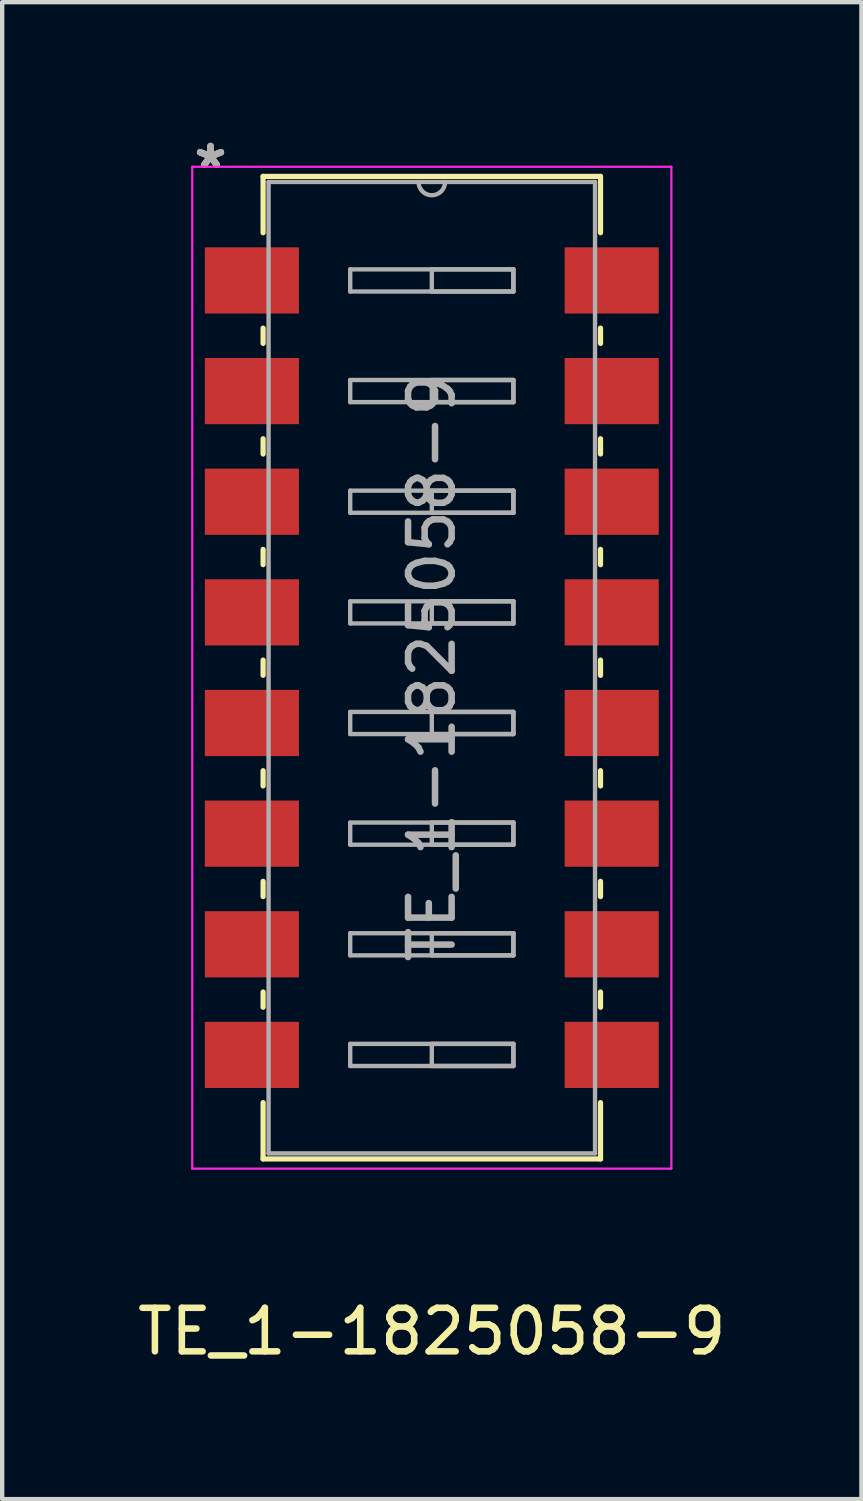
<source format=kicad_pcb>
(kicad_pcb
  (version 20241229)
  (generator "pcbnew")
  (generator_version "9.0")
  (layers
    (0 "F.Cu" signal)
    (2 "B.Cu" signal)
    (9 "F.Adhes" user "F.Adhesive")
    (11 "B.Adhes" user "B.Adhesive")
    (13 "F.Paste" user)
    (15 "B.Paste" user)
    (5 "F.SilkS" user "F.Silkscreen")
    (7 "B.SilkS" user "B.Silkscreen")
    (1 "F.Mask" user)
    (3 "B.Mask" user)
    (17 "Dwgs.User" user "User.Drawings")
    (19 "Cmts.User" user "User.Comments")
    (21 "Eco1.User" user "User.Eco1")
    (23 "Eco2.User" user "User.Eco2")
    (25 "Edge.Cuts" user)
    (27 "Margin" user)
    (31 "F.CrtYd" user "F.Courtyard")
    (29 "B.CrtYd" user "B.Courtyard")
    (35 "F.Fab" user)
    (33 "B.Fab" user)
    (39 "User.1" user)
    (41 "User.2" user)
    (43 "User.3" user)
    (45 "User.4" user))
  (footprint "TE_1-1825058-9"
    (layer "F.Cu")
    (at 6.863 12.278)
    (property "Reference" "TE_1-1825058-9" (at 0 15.24 0) (layer "F.SilkS") (effects (font (size 1 1) (thickness 0.15))))
    (attr smd)
    (fp_line (start -3.873 -11.278) (end -3.873 -9.985) (stroke (width 0.12) (type solid)) (layer "F.SilkS"))
    (fp_line (start -3.873 -7.795) (end -3.873 -7.445) (stroke (width 0.12) (type solid)) (layer "F.SilkS"))
    (fp_line (start -3.873 -5.255) (end -3.873 -4.905) (stroke (width 0.12) (type solid)) (layer "F.SilkS"))
    (fp_line (start -3.873 -2.715) (end -3.873 -2.365) (stroke (width 0.12) (type solid)) (layer "F.SilkS"))
    (fp_line (start -3.873 -0.175) (end -3.873 0.175) (stroke (width 0.12) (type solid)) (layer "F.SilkS"))
    (fp_line (start -3.873 2.365) (end -3.873 2.715) (stroke (width 0.12) (type solid)) (layer "F.SilkS"))
    (fp_line (start -3.873 4.905) (end -3.873 5.255) (stroke (width 0.12) (type solid)) (layer "F.SilkS"))
    (fp_line (start -3.873 7.445) (end -3.873 7.795) (stroke (width 0.12) (type solid)) (layer "F.SilkS"))
    (fp_line (start -3.873 9.985) (end -3.873 11.278) (stroke (width 0.12) (type solid)) (layer "F.SilkS"))
    (fp_line (start -3.873 11.278) (end 3.873 11.278) (stroke (width 0.12) (type solid)) (layer "F.SilkS"))
    (fp_line (start 3.873 -11.278) (end -3.873 -11.278) (stroke (width 0.12) (type solid)) (layer "F.SilkS"))
    (fp_line (start 3.873 -9.985) (end 3.873 -11.278) (stroke (width 0.12) (type solid)) (layer "F.SilkS"))
    (fp_line (start 3.873 -7.445) (end 3.873 -7.795) (stroke (width 0.12) (type solid)) (layer "F.SilkS"))
    (fp_line (start 3.873 -4.905) (end 3.873 -5.255) (stroke (width 0.12) (type solid)) (layer "F.SilkS"))
    (fp_line (start 3.873 -2.365) (end 3.873 -2.715) (stroke (width 0.12) (type solid)) (layer "F.SilkS"))
    (fp_line (start 3.873 0.175) (end 3.873 -0.175) (stroke (width 0.12) (type solid)) (layer "F.SilkS"))
    (fp_line (start 3.873 2.715) (end 3.873 2.365) (stroke (width 0.12) (type solid)) (layer "F.SilkS"))
    (fp_line (start 3.873 5.255) (end 3.873 4.905) (stroke (width 0.12) (type solid)) (layer "F.SilkS"))
    (fp_line (start 3.873 7.795) (end 3.873 7.445) (stroke (width 0.12) (type solid)) (layer "F.SilkS"))
    (fp_line (start 3.873 11.278) (end 3.873 9.985) (stroke (width 0.12) (type solid)) (layer "F.SilkS"))
    (fp_line (start -5.5 -11.5) (end -5.5 11.5) (stroke (width 0.05) (type solid)) (layer "F.CrtYd"))
    (fp_line (start -5.5 11.5) (end 5.5 11.5) (stroke (width 0.05) (type solid)) (layer "F.CrtYd"))
    (fp_line (start 5.5 -11.5) (end -5.5 -11.5) (stroke (width 0.05) (type solid)) (layer "F.CrtYd"))
    (fp_line (start 5.5 11.5) (end 5.5 -11.5) (stroke (width 0.05) (type solid)) (layer "F.CrtYd"))
    (fp_line (start -3.747 -11.151) (end -3.747 11.151) (stroke (width 0.1) (type solid)) (layer "F.Fab"))
    (fp_line (start -3.747 11.151) (end 3.747 11.151) (stroke (width 0.1) (type solid)) (layer "F.Fab"))
    (fp_line (start -1.873 -9.144) (end 1.873 -9.144) (stroke (width 0.1) (type solid)) (layer "F.Fab"))
    (fp_line (start -1.873 -8.636) (end -1.873 -9.144) (stroke (width 0.1) (type solid)) (layer "F.Fab"))
    (fp_line (start -1.873 -6.604) (end 1.873 -6.604) (stroke (width 0.1) (type solid)) (layer "F.Fab"))
    (fp_line (start -1.873 -6.096) (end -1.873 -6.604) (stroke (width 0.1) (type solid)) (layer "F.Fab"))
    (fp_line (start -1.873 -4.064) (end 1.873 -4.064) (stroke (width 0.1) (type solid)) (layer "F.Fab"))
    (fp_line (start -1.873 -3.556) (end -1.873 -4.064) (stroke (width 0.1) (type solid)) (layer "F.Fab"))
    (fp_line (start -1.873 -1.524) (end 1.873 -1.524) (stroke (width 0.1) (type solid)) (layer "F.Fab"))
    (fp_line (start -1.873 -1.016) (end -1.873 -1.524) (stroke (width 0.1) (type solid)) (layer "F.Fab"))
    (fp_line (start -1.873 1.016) (end 1.873 1.016) (stroke (width 0.1) (type solid)) (layer "F.Fab"))
    (fp_line (start -1.873 1.524) (end -1.873 1.016) (stroke (width 0.1) (type solid)) (layer "F.Fab"))
    (fp_line (start -1.873 3.556) (end 1.873 3.556) (stroke (width 0.1) (type solid)) (layer "F.Fab"))
    (fp_line (start -1.873 4.064) (end -1.873 3.556) (stroke (width 0.1) (type solid)) (layer "F.Fab"))
    (fp_line (start -1.873 6.096) (end 1.873 6.096) (stroke (width 0.1) (type solid)) (layer "F.Fab"))
    (fp_line (start -1.873 6.604) (end -1.873 6.096) (stroke (width 0.1) (type solid)) (layer "F.Fab"))
    (fp_line (start -1.873 8.636) (end 1.873 8.636) (stroke (width 0.1) (type solid)) (layer "F.Fab"))
    (fp_line (start -1.873 9.144) (end -1.873 8.636) (stroke (width 0.1) (type solid)) (layer "F.Fab"))
    (fp_line (start 0 -9.144) (end 1.873 -9.144) (stroke (width 0.1) (type solid)) (layer "F.Fab"))
    (fp_line (start 0 -8.636) (end 0 -9.144) (stroke (width 0.1) (type solid)) (layer "F.Fab"))
    (fp_line (start 0 -6.604) (end 1.873 -6.604) (stroke (width 0.1) (type solid)) (layer "F.Fab"))
    (fp_line (start 0 -6.096) (end 0 -6.604) (stroke (width 0.1) (type solid)) (layer "F.Fab"))
    (fp_line (start 0 -4.064) (end 1.873 -4.064) (stroke (width 0.1) (type solid)) (layer "F.Fab"))
    (fp_line (start 0 -3.556) (end 0 -4.064) (stroke (width 0.1) (type solid)) (layer "F.Fab"))
    (fp_line (start 0 -1.524) (end 1.873 -1.524) (stroke (width 0.1) (type solid)) (layer "F.Fab"))
    (fp_line (start 0 -1.016) (end 0 -1.524) (stroke (width 0.1) (type solid)) (layer "F.Fab"))
    (fp_line (start 0 1.016) (end 1.873 1.016) (stroke (width 0.1) (type solid)) (layer "F.Fab"))
    (fp_line (start 0 1.524) (end 0 1.016) (stroke (width 0.1) (type solid)) (layer "F.Fab"))
    (fp_line (start 0 3.556) (end 1.873 3.556) (stroke (width 0.1) (type solid)) (layer "F.Fab"))
    (fp_line (start 0 4.064) (end 0 3.556) (stroke (width 0.1) (type solid)) (layer "F.Fab"))
    (fp_line (start 0 6.096) (end 1.873 6.096) (stroke (width 0.1) (type solid)) (layer "F.Fab"))
    (fp_line (start 0 6.604) (end 0 6.096) (stroke (width 0.1) (type solid)) (layer "F.Fab"))
    (fp_line (start 0 8.636) (end 1.873 8.636) (stroke (width 0.1) (type solid)) (layer "F.Fab"))
    (fp_line (start 0 9.144) (end 0 8.636) (stroke (width 0.1) (type solid)) (layer "F.Fab"))
    (fp_line (start 1.873 -9.144) (end 1.873 -8.636) (stroke (width 0.1) (type solid)) (layer "F.Fab"))
    (fp_line (start 1.873 -9.144) (end 1.873 -8.636) (stroke (width 0.1) (type solid)) (layer "F.Fab"))
    (fp_line (start 1.873 -8.636) (end -1.873 -8.636) (stroke (width 0.1) (type solid)) (layer "F.Fab"))
    (fp_line (start 1.873 -8.636) (end 0 -8.636) (stroke (width 0.1) (type solid)) (layer "F.Fab"))
    (fp_line (start 1.873 -6.604) (end 1.873 -6.096) (stroke (width 0.1) (type solid)) (layer "F.Fab"))
    (fp_line (start 1.873 -6.604) (end 1.873 -6.096) (stroke (width 0.1) (type solid)) (layer "F.Fab"))
    (fp_line (start 1.873 -6.096) (end -1.873 -6.096) (stroke (width 0.1) (type solid)) (layer "F.Fab"))
    (fp_line (start 1.873 -6.096) (end 0 -6.096) (stroke (width 0.1) (type solid)) (layer "F.Fab"))
    (fp_line (start 1.873 -4.064) (end 1.873 -3.556) (stroke (width 0.1) (type solid)) (layer "F.Fab"))
    (fp_line (start 1.873 -4.064) (end 1.873 -3.556) (stroke (width 0.1) (type solid)) (layer "F.Fab"))
    (fp_line (start 1.873 -3.556) (end -1.873 -3.556) (stroke (width 0.1) (type solid)) (layer "F.Fab"))
    (fp_line (start 1.873 -3.556) (end 0 -3.556) (stroke (width 0.1) (type solid)) (layer "F.Fab"))
    (fp_line (start 1.873 -1.524) (end 1.873 -1.016) (stroke (width 0.1) (type solid)) (layer "F.Fab"))
    (fp_line (start 1.873 -1.524) (end 1.873 -1.016) (stroke (width 0.1) (type solid)) (layer "F.Fab"))
    (fp_line (start 1.873 -1.016) (end -1.873 -1.016) (stroke (width 0.1) (type solid)) (layer "F.Fab"))
    (fp_line (start 1.873 -1.016) (end 0 -1.016) (stroke (width 0.1) (type solid)) (layer "F.Fab"))
    (fp_line (start 1.873 1.016) (end 1.873 1.524) (stroke (width 0.1) (type solid)) (layer "F.Fab"))
    (fp_line (start 1.873 1.016) (end 1.873 1.524) (stroke (width 0.1) (type solid)) (layer "F.Fab"))
    (fp_line (start 1.873 1.524) (end -1.873 1.524) (stroke (width 0.1) (type solid)) (layer "F.Fab"))
    (fp_line (start 1.873 1.524) (end 0 1.524) (stroke (width 0.1) (type solid)) (layer "F.Fab"))
    (fp_line (start 1.873 3.556) (end 1.873 4.064) (stroke (width 0.1) (type solid)) (layer "F.Fab"))
    (fp_line (start 1.873 3.556) (end 1.873 4.064) (stroke (width 0.1) (type solid)) (layer "F.Fab"))
    (fp_line (start 1.873 4.064) (end -1.873 4.064) (stroke (width 0.1) (type solid)) (layer "F.Fab"))
    (fp_line (start 1.873 4.064) (end 0 4.064) (stroke (width 0.1) (type solid)) (layer "F.Fab"))
    (fp_line (start 1.873 6.096) (end 1.873 6.604) (stroke (width 0.1) (type solid)) (layer "F.Fab"))
    (fp_line (start 1.873 6.096) (end 1.873 6.604) (stroke (width 0.1) (type solid)) (layer "F.Fab"))
    (fp_line (start 1.873 6.604) (end -1.873 6.604) (stroke (width 0.1) (type solid)) (layer "F.Fab"))
    (fp_line (start 1.873 6.604) (end 0 6.604) (stroke (width 0.1) (type solid)) (layer "F.Fab"))
    (fp_line (start 1.873 8.636) (end 1.873 9.144) (stroke (width 0.1) (type solid)) (layer "F.Fab"))
    (fp_line (start 1.873 8.636) (end 1.873 9.144) (stroke (width 0.1) (type solid)) (layer "F.Fab"))
    (fp_line (start 1.873 9.144) (end -1.873 9.144) (stroke (width 0.1) (type solid)) (layer "F.Fab"))
    (fp_line (start 1.873 9.144) (end 0 9.144) (stroke (width 0.1) (type solid)) (layer "F.Fab"))
    (fp_line (start 3.747 -11.151) (end -3.747 -11.151) (stroke (width 0.1) (type solid)) (layer "F.Fab"))
    (fp_line (start 3.747 11.151) (end 3.747 -11.151) (stroke (width 0.1) (type solid)) (layer "F.Fab"))
    (fp_arc (start 0.3048 -11.1506) (mid 0 -10.8458) (end -0.3048 -11.1506) (stroke (width 0.1) (type solid)) (layer "F.Fab"))
    (fp_text user "*" (at -5.08 -11.43 0) (layer "F.SilkS") (effects (font (size 1 1) (thickness 0.15))))
    (fp_text user "*" (at -5.08 -11.43 0) (layer "F.Fab") (effects (font (size 1 1) (thickness 0.15))))
    (fp_text user "${REFERENCE}" (at 0 0 90) (layer "F.Fab") (effects (font (size 1 1) (thickness 0.15))))
    (pad "1" smd rect (at -4.13 -8.89) (size 2.16 1.52) (layers "F.Cu" "F.Mask" "F.Paste"))
    (pad "2" smd rect (at -4.13 -6.35) (size 2.16 1.52) (layers "F.Cu" "F.Mask" "F.Paste"))
    (pad "3" smd rect (at -4.13 -3.81) (size 2.16 1.52) (layers "F.Cu" "F.Mask" "F.Paste"))
    (pad "4" smd rect (at -4.13 -1.27) (size 2.16 1.52) (layers "F.Cu" "F.Mask" "F.Paste"))
    (pad "5" smd rect (at -4.13 1.27) (size 2.16 1.52) (layers "F.Cu" "F.Mask" "F.Paste"))
    (pad "6" smd rect (at -4.13 3.81) (size 2.16 1.52) (layers "F.Cu" "F.Mask" "F.Paste"))
    (pad "7" smd rect (at -4.13 6.35) (size 2.16 1.52) (layers "F.Cu" "F.Mask" "F.Paste"))
    (pad "8" smd rect (at -4.13 8.89) (size 2.16 1.52) (layers "F.Cu" "F.Mask" "F.Paste"))
    (pad "9" smd rect (at 4.13 8.89) (size 2.16 1.52) (layers "F.Cu" "F.Mask" "F.Paste"))
    (pad "10" smd rect (at 4.13 6.35) (size 2.16 1.52) (layers "F.Cu" "F.Mask" "F.Paste"))
    (pad "11" smd rect (at 4.13 3.81) (size 2.16 1.52) (layers "F.Cu" "F.Mask" "F.Paste"))
    (pad "12" smd rect (at 4.13 1.27) (size 2.16 1.52) (layers "F.Cu" "F.Mask" "F.Paste"))
    (pad "13" smd rect (at 4.13 -1.27) (size 2.16 1.52) (layers "F.Cu" "F.Mask" "F.Paste"))
    (pad "14" smd rect (at 4.13 -3.81) (size 2.16 1.52) (layers "F.Cu" "F.Mask" "F.Paste"))
    (pad "15" smd rect (at 4.13 -6.35) (size 2.16 1.52) (layers "F.Cu" "F.Mask" "F.Paste"))
    (pad "16" smd rect (at 4.13 -8.89) (size 2.16 1.52) (layers "F.Cu" "F.Mask" "F.Paste")))
  (gr_rect
    (start -3 -3)
    (end 16.726 31.366)
    (stroke (width 0.1) (type default))
    (fill no)
    (layer "Edge.Cuts")))
</source>
